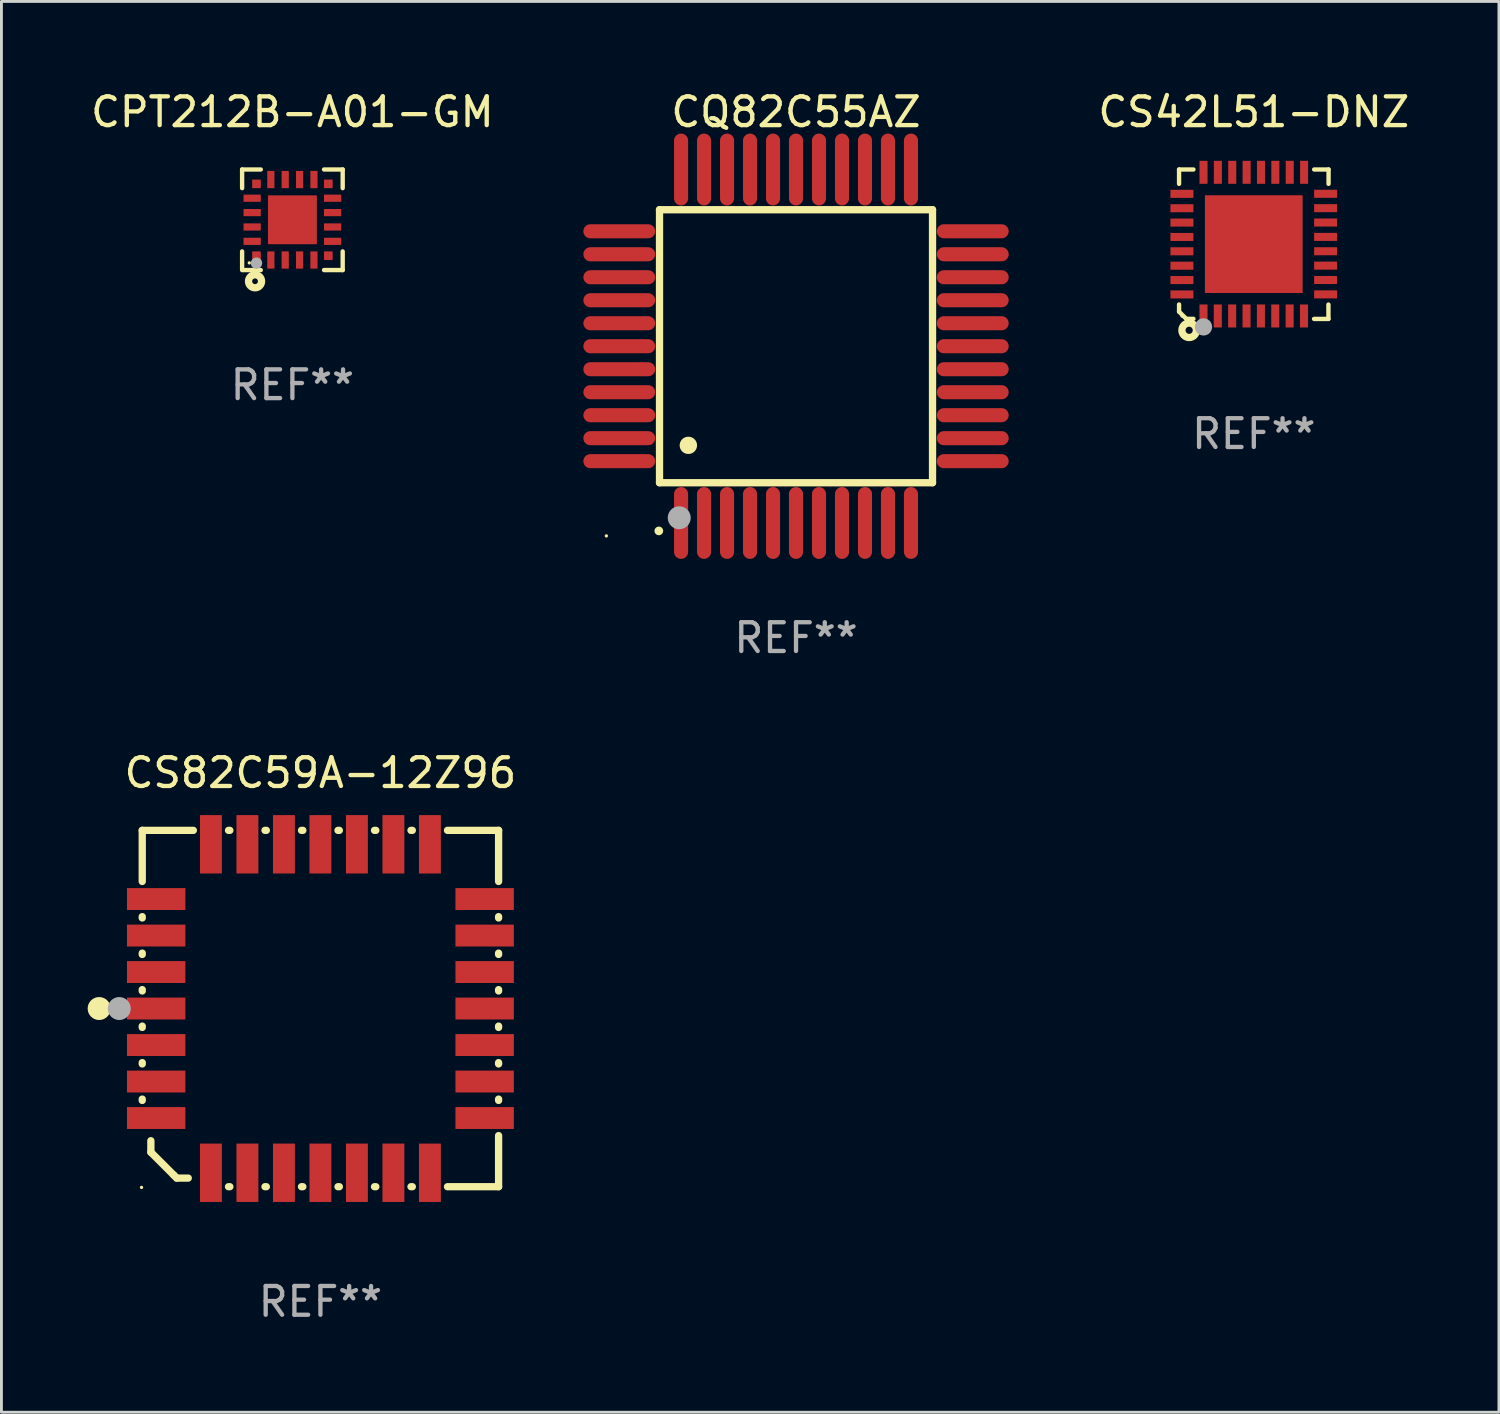
<source format=kicad_pcb>
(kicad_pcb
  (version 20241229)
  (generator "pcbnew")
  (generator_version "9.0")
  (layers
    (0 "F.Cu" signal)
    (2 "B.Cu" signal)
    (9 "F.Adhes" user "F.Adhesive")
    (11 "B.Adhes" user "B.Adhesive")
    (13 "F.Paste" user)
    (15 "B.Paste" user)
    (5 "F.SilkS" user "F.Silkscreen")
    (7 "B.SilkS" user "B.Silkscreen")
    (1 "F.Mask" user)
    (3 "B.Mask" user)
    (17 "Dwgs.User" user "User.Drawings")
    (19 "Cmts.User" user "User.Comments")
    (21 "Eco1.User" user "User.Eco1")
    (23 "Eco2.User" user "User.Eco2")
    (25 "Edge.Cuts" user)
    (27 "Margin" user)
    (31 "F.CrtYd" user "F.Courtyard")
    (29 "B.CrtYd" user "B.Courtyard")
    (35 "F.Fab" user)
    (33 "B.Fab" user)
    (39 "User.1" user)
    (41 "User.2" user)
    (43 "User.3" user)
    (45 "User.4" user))
  (footprint "CQ82C55AZ"
    (layer "F.Cu")
    (at 24.65 8.998)
    (property "Reference" "CQ82C55AZ" (at 0 -8.15 0) (layer "F.SilkS") (effects (font (size 1 1) (thickness 0.15))))
    (attr through_hole)
    (fp_line (start -4.75 -4.75) (end 4.75 -4.75) (stroke (width 0.254) (type solid)) (layer "F.SilkS"))
    (fp_line (start -4.75 4.75) (end -4.75 -4.75) (stroke (width 0.254) (type solid)) (layer "F.SilkS"))
    (fp_line (start 4.75 -4.75) (end 4.75 4.75) (stroke (width 0.254) (type solid)) (layer "F.SilkS"))
    (fp_line (start 4.75 4.75) (end -4.75 4.75) (stroke (width 0.254) (type solid)) (layer "F.SilkS"))
    (fp_arc (start -4.77521 6.426213) (mid -4.77394 6.426208) (end -4.77267 6.426213) (stroke (width 0.3) (type solid)) (layer "F.SilkS"))
    (fp_arc (start -3.749047 3.449327) (mid -3.746507 3.449316) (end -3.743967 3.449327) (stroke (width 0.6) (type solid)) (layer "F.SilkS"))
    (fp_circle (center -6.6 6.6) (end -6.57 6.6) (stroke (width 0.06) (type solid)) (fill no) (layer "F.SilkS"))
    (fp_circle (center -4.064 5.969) (end -3.864 5.969) (stroke (width 0.4) (type solid)) (fill no) (layer "F.Fab"))
    (fp_text user "REF**" (at 0 10.15 0) (layer "F.Fab") (effects (font (size 1 1) (thickness 0.15))))
    (pad "1" smd oval (at -4 6.15) (size 0.49 2.5) (layers "F.Cu" "F.Mask" "F.Paste"))
    (pad "2" smd oval (at -3.2 6.15) (size 0.49 2.5) (layers "F.Cu" "F.Mask" "F.Paste"))
    (pad "3" smd oval (at -2.4 6.15) (size 0.49 2.5) (layers "F.Cu" "F.Mask" "F.Paste"))
    (pad "4" smd oval (at -1.6 6.15) (size 0.49 2.5) (layers "F.Cu" "F.Mask" "F.Paste"))
    (pad "5" smd oval (at -0.8 6.15) (size 0.49 2.5) (layers "F.Cu" "F.Mask" "F.Paste"))
    (pad "6" smd oval (at 0 6.15) (size 0.49 2.5) (layers "F.Cu" "F.Mask" "F.Paste"))
    (pad "7" smd oval (at 0.8 6.15) (size 0.49 2.5) (layers "F.Cu" "F.Mask" "F.Paste"))
    (pad "8" smd oval (at 1.6 6.15) (size 0.49 2.5) (layers "F.Cu" "F.Mask" "F.Paste"))
    (pad "9" smd oval (at 2.4 6.15) (size 0.49 2.5) (layers "F.Cu" "F.Mask" "F.Paste"))
    (pad "10" smd oval (at 3.2 6.15) (size 0.49 2.5) (layers "F.Cu" "F.Mask" "F.Paste"))
    (pad "11" smd oval (at 4 6.15) (size 0.49 2.5) (layers "F.Cu" "F.Mask" "F.Paste"))
    (pad "12" smd oval (at 6.15 4) (size 2.5 0.49) (layers "F.Cu" "F.Mask" "F.Paste"))
    (pad "13" smd oval (at 6.15 3.2) (size 2.5 0.49) (layers "F.Cu" "F.Mask" "F.Paste"))
    (pad "14" smd oval (at 6.15 2.4) (size 2.5 0.49) (layers "F.Cu" "F.Mask" "F.Paste"))
    (pad "15" smd oval (at 6.15 1.6) (size 2.5 0.49) (layers "F.Cu" "F.Mask" "F.Paste"))
    (pad "16" smd oval (at 6.15 0.8) (size 2.5 0.49) (layers "F.Cu" "F.Mask" "F.Paste"))
    (pad "17" smd oval (at 6.15 0) (size 2.5 0.49) (layers "F.Cu" "F.Mask" "F.Paste"))
    (pad "18" smd oval (at 6.15 -0.8) (size 2.5 0.49) (layers "F.Cu" "F.Mask" "F.Paste"))
    (pad "19" smd oval (at 6.15 -1.6) (size 2.5 0.49) (layers "F.Cu" "F.Mask" "F.Paste"))
    (pad "20" smd oval (at 6.15 -2.4) (size 2.5 0.49) (layers "F.Cu" "F.Mask" "F.Paste"))
    (pad "21" smd oval (at 6.15 -3.2) (size 2.5 0.49) (layers "F.Cu" "F.Mask" "F.Paste"))
    (pad "22" smd oval (at 6.15 -4) (size 2.5 0.49) (layers "F.Cu" "F.Mask" "F.Paste"))
    (pad "23" smd oval (at 4 -6.15) (size 0.49 2.5) (layers "F.Cu" "F.Mask" "F.Paste"))
    (pad "24" smd oval (at 3.2 -6.15) (size 0.49 2.5) (layers "F.Cu" "F.Mask" "F.Paste"))
    (pad "25" smd oval (at 2.4 -6.15) (size 0.49 2.5) (layers "F.Cu" "F.Mask" "F.Paste"))
    (pad "26" smd oval (at 1.6 -6.15) (size 0.49 2.5) (layers "F.Cu" "F.Mask" "F.Paste"))
    (pad "27" smd oval (at 0.8 -6.15) (size 0.49 2.5) (layers "F.Cu" "F.Mask" "F.Paste"))
    (pad "28" smd oval (at 0 -6.15) (size 0.49 2.5) (layers "F.Cu" "F.Mask" "F.Paste"))
    (pad "29" smd oval (at -0.8 -6.15) (size 0.49 2.5) (layers "F.Cu" "F.Mask" "F.Paste"))
    (pad "30" smd oval (at -1.6 -6.15) (size 0.49 2.5) (layers "F.Cu" "F.Mask" "F.Paste"))
    (pad "31" smd oval (at -2.4 -6.15) (size 0.49 2.5) (layers "F.Cu" "F.Mask" "F.Paste"))
    (pad "32" smd oval (at -3.2 -6.15) (size 0.49 2.5) (layers "F.Cu" "F.Mask" "F.Paste"))
    (pad "33" smd oval (at -4 -6.15) (size 0.49 2.5) (layers "F.Cu" "F.Mask" "F.Paste"))
    (pad "34" smd oval (at -6.15 -4) (size 2.5 0.49) (layers "F.Cu" "F.Mask" "F.Paste"))
    (pad "35" smd oval (at -6.15 -3.2) (size 2.5 0.49) (layers "F.Cu" "F.Mask" "F.Paste"))
    (pad "36" smd oval (at -6.15 -2.4) (size 2.5 0.49) (layers "F.Cu" "F.Mask" "F.Paste"))
    (pad "37" smd oval (at -6.15 -1.6) (size 2.5 0.49) (layers "F.Cu" "F.Mask" "F.Paste"))
    (pad "38" smd oval (at -6.15 -0.8) (size 2.5 0.49) (layers "F.Cu" "F.Mask" "F.Paste"))
    (pad "39" smd oval (at -6.15 0) (size 2.5 0.49) (layers "F.Cu" "F.Mask" "F.Paste"))
    (pad "40" smd oval (at -6.15 0.8) (size 2.5 0.49) (layers "F.Cu" "F.Mask" "F.Paste"))
    (pad "41" smd oval (at -6.15 1.6) (size 2.5 0.49) (layers "F.Cu" "F.Mask" "F.Paste"))
    (pad "42" smd oval (at -6.15 2.4) (size 2.5 0.49) (layers "F.Cu" "F.Mask" "F.Paste"))
    (pad "43" smd oval (at -6.15 3.2) (size 2.5 0.49) (layers "F.Cu" "F.Mask" "F.Paste"))
    (pad "44" smd oval (at -6.15 4) (size 2.5 0.49) (layers "F.Cu" "F.Mask" "F.Paste")))
  (footprint "CS42L51-DNZ"
    (layer "F.Cu")
    (at 40.58 5.448)
    (property "Reference" "CS42L51-DNZ" (at 0 -4.6 0) (layer "F.SilkS") (effects (font (size 1 1) (thickness 0.15))))
    (attr through_hole)
    (fp_line (start -2.601 2.097) (end -2.601 2.347) (stroke (width 0.152) (type solid)) (layer "F.SilkS"))
    (fp_line (start -2.601 2.347) (end -2.351 2.597) (stroke (width 0.152) (type solid)) (layer "F.SilkS"))
    (fp_line (start -2.601 -2.6) (end -2.601 -2.1) (stroke (width 0.152) (type solid)) (layer "F.SilkS"))
    (fp_line (start -2.601 -2.6) (end -2.101 -2.6) (stroke (width 0.152) (type solid)) (layer "F.SilkS"))
    (fp_line (start -2.351 2.597) (end -2.101 2.597) (stroke (width 0.152) (type solid)) (layer "F.SilkS"))
    (fp_line (start 2.597 2.6) (end 2.097 2.6) (stroke (width 0.152) (type solid)) (layer "F.SilkS"))
    (fp_line (start 2.597 2.6) (end 2.597 2.1) (stroke (width 0.152) (type solid)) (layer "F.SilkS"))
    (fp_line (start 2.601 -2.6) (end 2.101 -2.6) (stroke (width 0.152) (type solid)) (layer "F.SilkS"))
    (fp_line (start 2.601 -2.6) (end 2.601 -2.1) (stroke (width 0.152) (type solid)) (layer "F.SilkS"))
    (fp_circle (center -2.501 2.497) (end -2.471 2.497) (stroke (width 0.06) (type solid)) (fill no) (layer "F.SilkS"))
    (fp_circle (center -2.25 2.995) (end -2.125 2.995) (stroke (width 0.254) (type solid)) (fill no) (layer "F.SilkS"))
    (fp_circle (center -1.751 2.878) (end -1.601 2.878) (stroke (width 0.3) (type solid)) (fill no) (layer "F.Fab"))
    (fp_text user "REF**" (at 0 6.6 0) (layer "F.Fab") (effects (font (size 1 1) (thickness 0.15))))
    (pad "1" smd rect (at -1.751 2.497) (size 0.28 0.8) (layers "F.Cu" "F.Mask" "F.Paste"))
    (pad "2" smd rect (at -1.253 2.497) (size 0.28 0.8) (layers "F.Cu" "F.Mask" "F.Paste"))
    (pad "3" smd rect (at -0.753 2.497) (size 0.28 0.8) (layers "F.Cu" "F.Mask" "F.Paste"))
    (pad "4" smd rect (at -0.253 2.497) (size 0.28 0.8) (layers "F.Cu" "F.Mask" "F.Paste"))
    (pad "5" smd rect (at 0.247 2.497) (size 0.28 0.8) (layers "F.Cu" "F.Mask" "F.Paste"))
    (pad "6" smd rect (at 0.747 2.497) (size 0.28 0.8) (layers "F.Cu" "F.Mask" "F.Paste"))
    (pad "7" smd rect (at 1.247 2.497) (size 0.28 0.8) (layers "F.Cu" "F.Mask" "F.Paste"))
    (pad "8" smd rect (at 1.747 2.497) (size 0.28 0.8) (layers "F.Cu" "F.Mask" "F.Paste"))
    (pad "9" smd rect (at 2.499 1.746) (size 0.8 0.28) (layers "F.Cu" "F.Mask" "F.Paste"))
    (pad "10" smd rect (at 2.499 1.245) (size 0.8 0.28) (layers "F.Cu" "F.Mask" "F.Paste"))
    (pad "11" smd rect (at 2.499 0.746) (size 0.8 0.28) (layers "F.Cu" "F.Mask" "F.Paste"))
    (pad "12" smd rect (at 2.499 0.245) (size 0.8 0.28) (layers "F.Cu" "F.Mask" "F.Paste"))
    (pad "13" smd rect (at 2.499 -0.254) (size 0.8 0.28) (layers "F.Cu" "F.Mask" "F.Paste"))
    (pad "14" smd rect (at 2.499 -0.755) (size 0.8 0.28) (layers "F.Cu" "F.Mask" "F.Paste"))
    (pad "15" smd rect (at 2.499 -1.254) (size 0.8 0.28) (layers "F.Cu" "F.Mask" "F.Paste"))
    (pad "16" smd rect (at 2.499 -1.755) (size 0.8 0.28) (layers "F.Cu" "F.Mask" "F.Paste"))
    (pad "17" smd rect (at 1.75 -2.502) (size 0.28 0.8) (layers "F.Cu" "F.Mask" "F.Paste"))
    (pad "18" smd rect (at 1.25 -2.502) (size 0.28 0.8) (layers "F.Cu" "F.Mask" "F.Paste"))
    (pad "19" smd rect (at 0.75 -2.502) (size 0.28 0.8) (layers "F.Cu" "F.Mask" "F.Paste"))
    (pad "20" smd rect (at 0.25 -2.502) (size 0.28 0.8) (layers "F.Cu" "F.Mask" "F.Paste"))
    (pad "21" smd rect (at -0.25 -2.502) (size 0.28 0.8) (layers "F.Cu" "F.Mask" "F.Paste"))
    (pad "22" smd rect (at -0.75 -2.502) (size 0.28 0.8) (layers "F.Cu" "F.Mask" "F.Paste"))
    (pad "23" smd rect (at -1.25 -2.502) (size 0.28 0.8) (layers "F.Cu" "F.Mask" "F.Paste"))
    (pad "24" smd rect (at -1.75 -2.502) (size 0.28 0.8) (layers "F.Cu" "F.Mask" "F.Paste"))
    (pad "25" smd rect (at -2.501 -1.753) (size 0.8 0.28) (layers "F.Cu" "F.Mask" "F.Paste"))
    (pad "26" smd rect (at -2.501 -1.252) (size 0.8 0.28) (layers "F.Cu" "F.Mask" "F.Paste"))
    (pad "27" smd rect (at -2.501 -0.753) (size 0.8 0.28) (layers "F.Cu" "F.Mask" "F.Paste"))
    (pad "28" smd rect (at -2.501 -0.252) (size 0.8 0.28) (layers "F.Cu" "F.Mask" "F.Paste"))
    (pad "29" smd rect (at -2.501 0.247) (size 0.8 0.28) (layers "F.Cu" "F.Mask" "F.Paste"))
    (pad "30" smd rect (at -2.501 0.748) (size 0.8 0.28) (layers "F.Cu" "F.Mask" "F.Paste"))
    (pad "31" smd rect (at -2.501 1.247) (size 0.8 0.28) (layers "F.Cu" "F.Mask" "F.Paste"))
    (pad "32" smd rect (at -2.501 1.748) (size 0.8 0.28) (layers "F.Cu" "F.Mask" "F.Paste"))
    (pad "33" smd rect (at -0.001 -0.003 180) (size 3.4 3.4) (layers "F.Cu" "F.Mask" "F.Paste")))
  (footprint "CS82C59A-12Z96"
    (layer "F.Cu")
    (at 8.1 32.045)
    (property "Reference" "CS82C59A-12Z96" (at 0 -8.2 0) (layer "F.SilkS") (effects (font (size 1 1) (thickness 0.15))))
    (attr through_hole)
    (fp_line (start -6.2 -6.2) (end -4.422 -6.2) (stroke (width 0.254) (type solid)) (layer "F.SilkS"))
    (fp_line (start -6.2 -4.422) (end -6.2 -6.2) (stroke (width 0.254) (type solid)) (layer "F.SilkS"))
    (fp_line (start -6.2 -3.152) (end -6.2 -3.198) (stroke (width 0.254) (type solid)) (layer "F.SilkS"))
    (fp_line (start -6.2 -1.882) (end -6.2 -1.928) (stroke (width 0.254) (type solid)) (layer "F.SilkS"))
    (fp_line (start -6.2 -0.612) (end -6.2 -0.658) (stroke (width 0.254) (type solid)) (layer "F.SilkS"))
    (fp_line (start -6.2 0.658) (end -6.2 0.612) (stroke (width 0.254) (type solid)) (layer "F.SilkS"))
    (fp_line (start -6.2 1.928) (end -6.2 1.882) (stroke (width 0.254) (type solid)) (layer "F.SilkS"))
    (fp_line (start -6.2 3.198) (end -6.2 3.152) (stroke (width 0.254) (type solid)) (layer "F.SilkS"))
    (fp_line (start -5.9 4.6) (end -5.9 5) (stroke (width 0.254) (type solid)) (layer "F.SilkS"))
    (fp_line (start -5.9 5) (end -5.1 5.8) (stroke (width 0.254) (type solid)) (layer "F.SilkS"))
    (fp_line (start -5.1 5.8) (end -5 5.9) (stroke (width 0.254) (type solid)) (layer "F.SilkS"))
    (fp_line (start -5 5.9) (end -4.6 5.9) (stroke (width 0.254) (type solid)) (layer "F.SilkS"))
    (fp_line (start -3.198 -6.2) (end -3.152 -6.2) (stroke (width 0.254) (type solid)) (layer "F.SilkS"))
    (fp_line (start -3.152 6.2) (end -3.198 6.2) (stroke (width 0.254) (type solid)) (layer "F.SilkS"))
    (fp_line (start -1.928 -6.2) (end -1.882 -6.2) (stroke (width 0.254) (type solid)) (layer "F.SilkS"))
    (fp_line (start -1.882 6.2) (end -1.928 6.2) (stroke (width 0.254) (type solid)) (layer "F.SilkS"))
    (fp_line (start -0.658 -6.2) (end -0.612 -6.2) (stroke (width 0.254) (type solid)) (layer "F.SilkS"))
    (fp_line (start -0.612 6.2) (end -0.658 6.2) (stroke (width 0.254) (type solid)) (layer "F.SilkS"))
    (fp_line (start 0.612 -6.2) (end 0.658 -6.2) (stroke (width 0.254) (type solid)) (layer "F.SilkS"))
    (fp_line (start 0.658 6.2) (end 0.612 6.2) (stroke (width 0.254) (type solid)) (layer "F.SilkS"))
    (fp_line (start 1.882 -6.2) (end 1.928 -6.2) (stroke (width 0.254) (type solid)) (layer "F.SilkS"))
    (fp_line (start 1.928 6.2) (end 1.882 6.2) (stroke (width 0.254) (type solid)) (layer "F.SilkS"))
    (fp_line (start 3.152 -6.2) (end 3.198 -6.2) (stroke (width 0.254) (type solid)) (layer "F.SilkS"))
    (fp_line (start 3.198 6.2) (end 3.152 6.2) (stroke (width 0.254) (type solid)) (layer "F.SilkS"))
    (fp_line (start 4.422 -6.2) (end 6.2 -6.2) (stroke (width 0.254) (type solid)) (layer "F.SilkS"))
    (fp_line (start 6.2 -6.2) (end 6.2 -4.422) (stroke (width 0.254) (type solid)) (layer "F.SilkS"))
    (fp_line (start 6.2 -3.198) (end 6.2 -3.152) (stroke (width 0.254) (type solid)) (layer "F.SilkS"))
    (fp_line (start 6.2 -1.928) (end 6.2 -1.882) (stroke (width 0.254) (type solid)) (layer "F.SilkS"))
    (fp_line (start 6.2 -0.658) (end 6.2 -0.612) (stroke (width 0.254) (type solid)) (layer "F.SilkS"))
    (fp_line (start 6.2 0.612) (end 6.2 0.658) (stroke (width 0.254) (type solid)) (layer "F.SilkS"))
    (fp_line (start 6.2 1.882) (end 6.2 1.928) (stroke (width 0.254) (type solid)) (layer "F.SilkS"))
    (fp_line (start 6.2 3.152) (end 6.2 3.198) (stroke (width 0.254) (type solid)) (layer "F.SilkS"))
    (fp_line (start 6.2 4.422) (end 6.2 6.2) (stroke (width 0.254) (type solid)) (layer "F.SilkS"))
    (fp_line (start 6.2 6.2) (end 4.422 6.2) (stroke (width 0.254) (type solid)) (layer "F.SilkS"))
    (fp_circle (center -7.7 0) (end -7.5 0) (stroke (width 0.4) (type solid)) (fill no) (layer "F.SilkS"))
    (fp_circle (center -6.225 6.225) (end -6.195 6.225) (stroke (width 0.06) (type solid)) (fill no) (layer "F.SilkS"))
    (fp_circle (center -7 0) (end -6.8 0) (stroke (width 0.4) (type solid)) (fill no) (layer "F.Fab"))
    (fp_text user "REF**" (at 0 10.2 0) (layer "F.Fab") (effects (font (size 1 1) (thickness 0.15))))
    (pad "1" smd rect (at -5.715 0) (size 2.032 0.762) (layers "F.Cu" "F.Mask" "F.Paste"))
    (pad "2" smd rect (at -5.715 1.27) (size 2.032 0.762) (layers "F.Cu" "F.Mask" "F.Paste"))
    (pad "3" smd rect (at -5.715 2.54) (size 2.032 0.762) (layers "F.Cu" "F.Mask" "F.Paste"))
    (pad "4" smd rect (at -5.715 3.81) (size 2.032 0.762) (layers "F.Cu" "F.Mask" "F.Paste"))
    (pad "5" smd rect (at -3.81 5.715) (size 0.762 2.032) (layers "F.Cu" "F.Mask" "F.Paste"))
    (pad "6" smd rect (at -2.54 5.715) (size 0.762 2.032) (layers "F.Cu" "F.Mask" "F.Paste"))
    (pad "7" smd rect (at -1.27 5.715) (size 0.762 2.032) (layers "F.Cu" "F.Mask" "F.Paste"))
    (pad "8" smd rect (at 0 5.715) (size 0.762 2.032) (layers "F.Cu" "F.Mask" "F.Paste"))
    (pad "9" smd rect (at 1.27 5.715) (size 0.762 2.032) (layers "F.Cu" "F.Mask" "F.Paste"))
    (pad "10" smd rect (at 2.54 5.715) (size 0.762 2.032) (layers "F.Cu" "F.Mask" "F.Paste"))
    (pad "11" smd rect (at 3.81 5.715) (size 0.762 2.032) (layers "F.Cu" "F.Mask" "F.Paste"))
    (pad "12" smd rect (at 5.715 3.81) (size 2.032 0.762) (layers "F.Cu" "F.Mask" "F.Paste"))
    (pad "13" smd rect (at 5.715 2.54) (size 2.032 0.762) (layers "F.Cu" "F.Mask" "F.Paste"))
    (pad "14" smd rect (at 5.715 1.27) (size 2.032 0.762) (layers "F.Cu" "F.Mask" "F.Paste"))
    (pad "15" smd rect (at 5.715 0) (size 2.032 0.762) (layers "F.Cu" "F.Mask" "F.Paste"))
    (pad "16" smd rect (at 5.715 -1.27) (size 2.032 0.762) (layers "F.Cu" "F.Mask" "F.Paste"))
    (pad "17" smd rect (at 5.715 -2.54) (size 2.032 0.762) (layers "F.Cu" "F.Mask" "F.Paste"))
    (pad "18" smd rect (at 5.715 -3.81) (size 2.032 0.762) (layers "F.Cu" "F.Mask" "F.Paste"))
    (pad "19" smd rect (at 3.81 -5.715) (size 0.762 2.032) (layers "F.Cu" "F.Mask" "F.Paste"))
    (pad "20" smd rect (at 2.54 -5.715) (size 0.762 2.032) (layers "F.Cu" "F.Mask" "F.Paste"))
    (pad "21" smd rect (at 1.27 -5.715) (size 0.762 2.032) (layers "F.Cu" "F.Mask" "F.Paste"))
    (pad "22" smd rect (at 0 -5.715) (size 0.762 2.032) (layers "F.Cu" "F.Mask" "F.Paste"))
    (pad "23" smd rect (at -1.27 -5.715) (size 0.762 2.032) (layers "F.Cu" "F.Mask" "F.Paste"))
    (pad "24" smd rect (at -2.54 -5.715) (size 0.762 2.032) (layers "F.Cu" "F.Mask" "F.Paste"))
    (pad "25" smd rect (at -3.81 -5.715) (size 0.762 2.032) (layers "F.Cu" "F.Mask" "F.Paste"))
    (pad "26" smd rect (at -5.715 -3.81) (size 2.032 0.762) (layers "F.Cu" "F.Mask" "F.Paste"))
    (pad "27" smd rect (at -5.715 -2.54) (size 2.032 0.762) (layers "F.Cu" "F.Mask" "F.Paste"))
    (pad "28" smd rect (at -5.715 -1.27) (size 2.032 0.762) (layers "F.Cu" "F.Mask" "F.Paste")))
  (footprint "CPT212B-A01-GM"
    (layer "F.Cu")
    (at 7.125 4.598)
    (property "Reference" "CPT212B-A01-GM" (at 0 -3.75 0) (layer "F.SilkS") (effects (font (size 1 1) (thickness 0.15))))
    (attr through_hole)
    (fp_line (start -1.75 -1.75) (end -1.75 -1.101) (stroke (width 0.152) (type solid)) (layer "F.SilkS"))
    (fp_line (start -1.75 -1.75) (end -1.101 -1.75) (stroke (width 0.152) (type solid)) (layer "F.SilkS"))
    (fp_line (start -1.75 1.101) (end -1.75 1.75) (stroke (width 0.152) (type solid)) (layer "F.SilkS"))
    (fp_line (start -1.101 1.75) (end -1.716 1.75) (stroke (width 0.152) (type solid)) (layer "F.SilkS"))
    (fp_line (start 1.101 -1.75) (end 1.75 -1.75) (stroke (width 0.152) (type solid)) (layer "F.SilkS"))
    (fp_line (start 1.75 -1.75) (end 1.75 -1.101) (stroke (width 0.152) (type solid)) (layer "F.SilkS"))
    (fp_line (start 1.75 1.101) (end 1.75 1.75) (stroke (width 0.152) (type solid)) (layer "F.SilkS"))
    (fp_line (start 1.75 1.75) (end 1.101 1.75) (stroke (width 0.152) (type solid)) (layer "F.SilkS"))
    (fp_circle (center -1.5 1.5) (end -1.47 1.5) (stroke (width 0.06) (type solid)) (fill no) (layer "F.SilkS"))
    (fp_circle (center -1.3 2.14) (end -1.2 2.14) (stroke (width 0.254) (type solid)) (fill no) (layer "F.SilkS"))
    (fp_circle (center -1.25 1.51) (end -1.15 1.51) (stroke (width 0.2) (type solid)) (fill no) (layer "F.Fab"))
    (fp_text user "REF**" (at 0 5.75 0) (layer "F.Fab") (effects (font (size 1 1) (thickness 0.15))))
    (pad "1" smd rect (at -1.25 1.25) (size 0.3 0.3) (layers "F.Cu" "F.Mask" "F.Paste"))
    (pad "2" smd rect (at -0.75 1.4) (size 0.25 0.6) (layers "F.Cu" "F.Mask" "F.Paste"))
    (pad "3" smd rect (at -0.25 1.4) (size 0.25 0.6) (layers "F.Cu" "F.Mask" "F.Paste"))
    (pad "4" smd rect (at 0.25 1.4) (size 0.25 0.6) (layers "F.Cu" "F.Mask" "F.Paste"))
    (pad "5" smd rect (at 0.75 1.4) (size 0.25 0.6) (layers "F.Cu" "F.Mask" "F.Paste"))
    (pad "6" smd rect (at 1.25 1.25) (size 0.3 0.3) (layers "F.Cu" "F.Mask" "F.Paste"))
    (pad "7" smd rect (at 1.4 0.75) (size 0.6 0.25) (layers "F.Cu" "F.Mask" "F.Paste"))
    (pad "8" smd rect (at 1.4 0.25) (size 0.6 0.25) (layers "F.Cu" "F.Mask" "F.Paste"))
    (pad "9" smd rect (at 1.4 -0.25) (size 0.6 0.25) (layers "F.Cu" "F.Mask" "F.Paste"))
    (pad "10" smd rect (at 1.4 -0.75) (size 0.6 0.25) (layers "F.Cu" "F.Mask" "F.Paste"))
    (pad "11" smd rect (at 1.25 -1.25) (size 0.3 0.3) (layers "F.Cu" "F.Mask" "F.Paste"))
    (pad "12" smd rect (at 0.75 -1.4) (size 0.25 0.6) (layers "F.Cu" "F.Mask" "F.Paste"))
    (pad "13" smd rect (at 0.25 -1.4) (size 0.25 0.6) (layers "F.Cu" "F.Mask" "F.Paste"))
    (pad "14" smd rect (at -0.25 -1.4) (size 0.25 0.6) (layers "F.Cu" "F.Mask" "F.Paste"))
    (pad "15" smd rect (at -0.75 -1.4) (size 0.25 0.6) (layers "F.Cu" "F.Mask" "F.Paste"))
    (pad "16" smd rect (at -1.25 -1.25) (size 0.3 0.3) (layers "F.Cu" "F.Mask" "F.Paste"))
    (pad "17" smd rect (at -1.4 -0.75) (size 0.6 0.25) (layers "F.Cu" "F.Mask" "F.Paste"))
    (pad "18" smd rect (at -1.4 -0.25) (size 0.6 0.25) (layers "F.Cu" "F.Mask" "F.Paste"))
    (pad "19" smd rect (at -1.4 0.25) (size 0.6 0.25) (layers "F.Cu" "F.Mask" "F.Paste"))
    (pad "20" smd rect (at -1.4 0.75) (size 0.6 0.25) (layers "F.Cu" "F.Mask" "F.Paste"))
    (pad "21" smd rect (at 0.000127 0.00033) (size 1.7 1.7) (layers "F.Cu" "F.Mask" "F.Paste")))
  (gr_rect
    (start -3 -3)
    (end 49.11 46.093)
    (stroke (width 0.1) (type default))
    (fill no)
    (layer "Edge.Cuts")))
</source>
